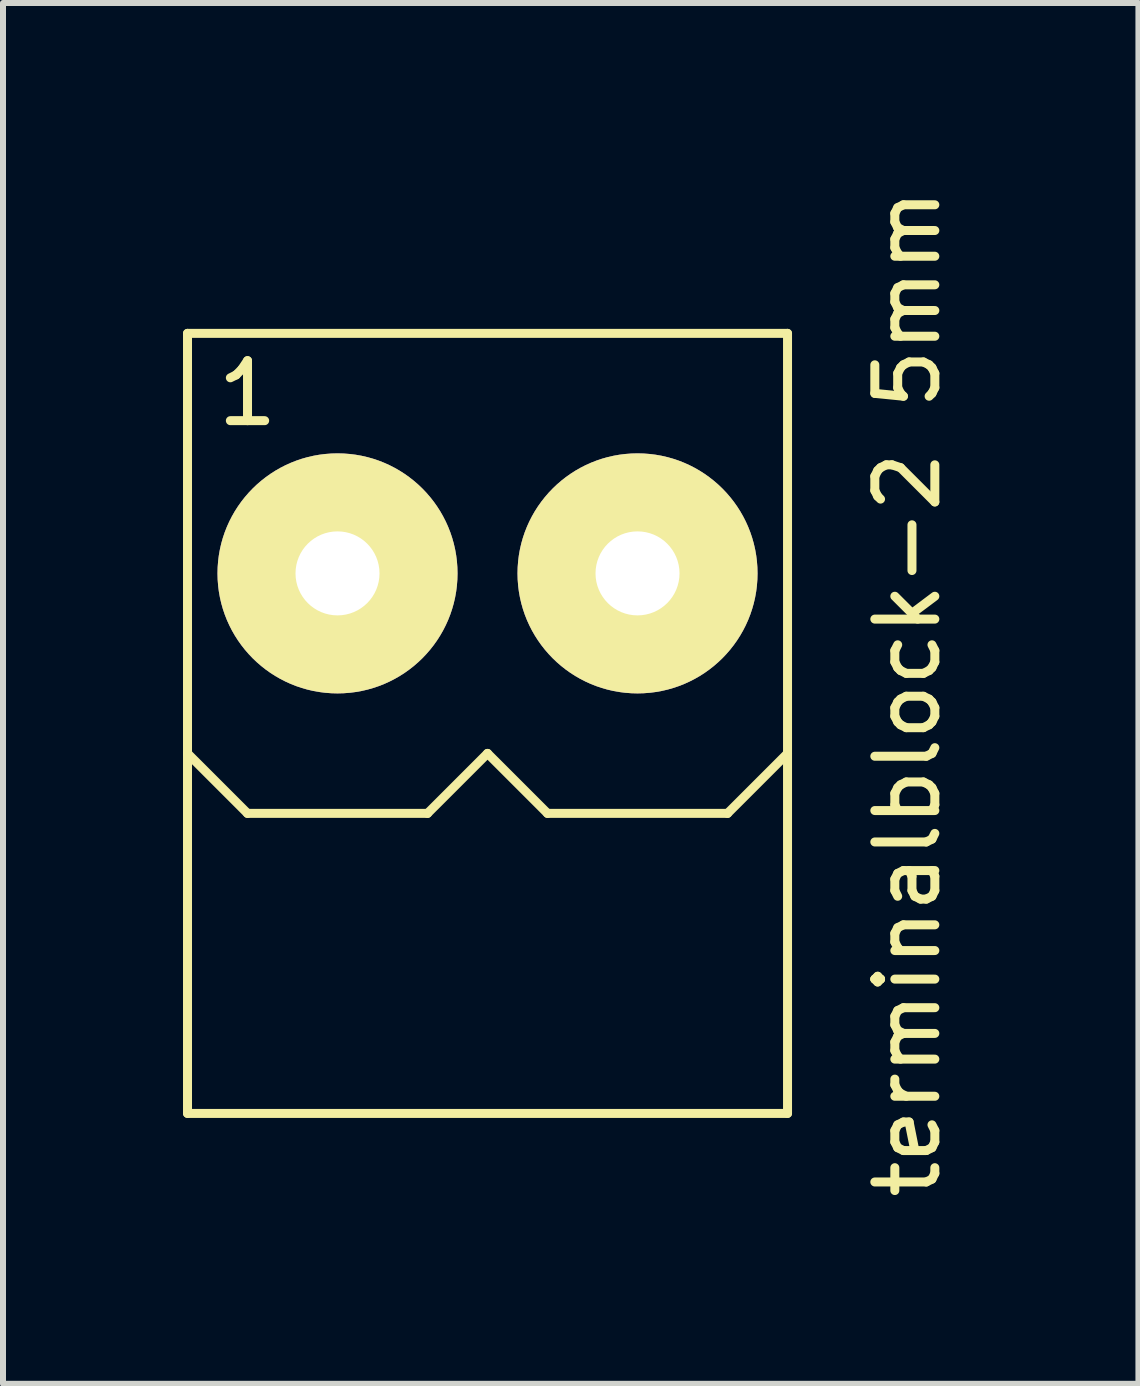
<source format=kicad_pcb>
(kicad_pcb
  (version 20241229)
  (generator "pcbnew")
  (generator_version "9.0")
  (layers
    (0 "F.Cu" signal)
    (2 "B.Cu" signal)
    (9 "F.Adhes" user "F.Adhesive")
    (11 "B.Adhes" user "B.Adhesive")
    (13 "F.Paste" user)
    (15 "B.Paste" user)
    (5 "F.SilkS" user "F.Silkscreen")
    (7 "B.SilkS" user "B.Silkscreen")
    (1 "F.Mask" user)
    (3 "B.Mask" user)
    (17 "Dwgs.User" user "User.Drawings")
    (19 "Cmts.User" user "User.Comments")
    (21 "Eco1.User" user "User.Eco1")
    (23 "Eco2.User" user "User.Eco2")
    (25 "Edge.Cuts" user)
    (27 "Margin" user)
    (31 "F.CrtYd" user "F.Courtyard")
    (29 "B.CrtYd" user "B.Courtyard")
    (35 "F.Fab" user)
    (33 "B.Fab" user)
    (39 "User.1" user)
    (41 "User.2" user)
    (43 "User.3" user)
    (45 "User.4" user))
  (footprint "terminalblock-2 5mm"
    (layer "F.Cu")
    (at 5.075 6.506)
    (property "Reference" "terminalblock-2 5mm" (at 7 2 90) (layer "F.SilkS") (effects (font (size 1 1) (thickness 0.15))))
    (attr through_hole)
    (fp_line (start -5 -4) (end 5 -4) (stroke (width 0.15) (type solid)) (layer "F.SilkS"))
    (fp_line (start -5 3) (end -4 4) (stroke (width 0.15) (type solid)) (layer "F.SilkS"))
    (fp_line (start -5 9) (end -5 -4) (stroke (width 0.15) (type solid)) (layer "F.SilkS"))
    (fp_line (start -4 4) (end -1 4) (stroke (width 0.15) (type solid)) (layer "F.SilkS"))
    (fp_line (start -1 4) (end 0 3) (stroke (width 0.15) (type solid)) (layer "F.SilkS"))
    (fp_line (start 0 3) (end 1 4) (stroke (width 0.15) (type solid)) (layer "F.SilkS"))
    (fp_line (start 1 4) (end 4 4) (stroke (width 0.15) (type solid)) (layer "F.SilkS"))
    (fp_line (start 4 4) (end 5 3) (stroke (width 0.15) (type solid)) (layer "F.SilkS"))
    (fp_line (start 5 -4) (end 5 9) (stroke (width 0.15) (type solid)) (layer "F.SilkS"))
    (fp_line (start 5 9) (end -5 9) (stroke (width 0.15) (type solid)) (layer "F.SilkS"))
    (fp_text user "1" (at -4 -3 180) (layer "F.SilkS") (effects (font (size 1 1) (thickness 0.15))))
    (pad "1" thru_hole circle (at -2.5 0) (size 4 4) (drill 1.4) (layers "*.Cu" "*.Mask" "F.SilkS"))
    (pad "2" thru_hole circle (at 2.5 0) (size 4 4) (drill 1.4) (layers "*.Cu" "*.Mask" "F.SilkS")))
  (gr_rect
    (start -3 -3)
    (end 15.923 20.012)
    (stroke (width 0.1) (type default))
    (fill no)
    (layer "Edge.Cuts")))
</source>
